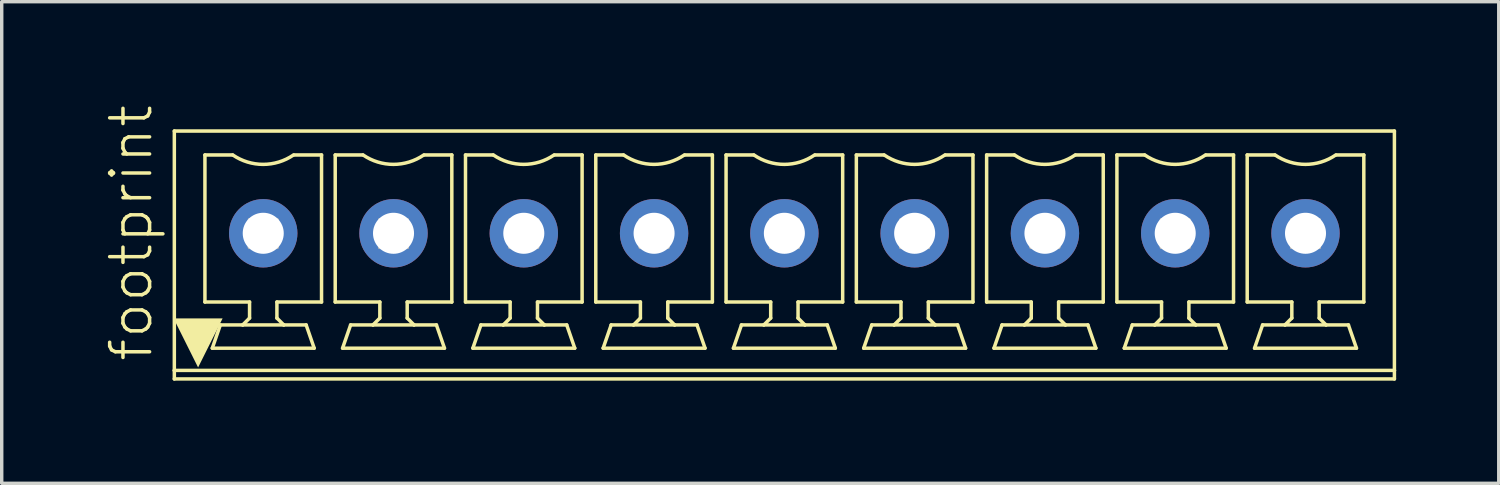
<source format=kicad_pcb>
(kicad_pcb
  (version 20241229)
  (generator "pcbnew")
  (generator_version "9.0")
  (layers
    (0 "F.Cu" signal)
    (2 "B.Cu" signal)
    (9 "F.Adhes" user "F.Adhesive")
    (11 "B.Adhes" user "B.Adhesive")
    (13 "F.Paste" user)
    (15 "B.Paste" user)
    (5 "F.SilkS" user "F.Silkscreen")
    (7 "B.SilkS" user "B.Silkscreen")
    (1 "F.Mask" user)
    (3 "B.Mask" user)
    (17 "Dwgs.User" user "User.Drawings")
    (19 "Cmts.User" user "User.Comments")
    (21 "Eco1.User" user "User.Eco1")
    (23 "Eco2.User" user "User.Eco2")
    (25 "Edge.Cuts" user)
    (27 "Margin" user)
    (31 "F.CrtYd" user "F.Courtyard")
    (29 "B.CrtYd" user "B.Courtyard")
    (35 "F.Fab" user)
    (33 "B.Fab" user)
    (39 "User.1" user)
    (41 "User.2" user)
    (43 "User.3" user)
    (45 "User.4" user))
  (footprint "footprint"
    (layer "F.Cu")
    (at 19.888 4.407)
    (property "Reference" "footprint" (at -18.415 3.175 90) (layer "F.SilkS") (effects (font (size 1.168 1.168) (thickness 0.102)) (justify left bottom)))
    (fp_line (start -17.84 3.375) (end -17.84 -3.625) (stroke (width 0.102) (type solid)) (layer "F.SilkS"))
    (fp_line (start -17.84 3.375) (end 17.84 3.375) (stroke (width 0.102) (type solid)) (layer "F.SilkS"))
    (fp_line (start -17.84 3.625) (end -17.84 3.375) (stroke (width 0.102) (type solid)) (layer "F.SilkS"))
    (fp_line (start -17.84 3.625) (end 17.84 3.625) (stroke (width 0.102) (type solid)) (layer "F.SilkS"))
    (fp_line (start -16.945 -2.925) (end -16.14 -2.925) (stroke (width 0.102) (type solid)) (layer "F.SilkS"))
    (fp_line (start -16.945 1.375) (end -16.945 -2.925) (stroke (width 0.102) (type solid)) (layer "F.SilkS"))
    (fp_line (start -16.73 2.725) (end -16.495 2.045) (stroke (width 0.102) (type solid)) (layer "F.SilkS"))
    (fp_line (start -16.495 2.045) (end -15.84 2.045) (stroke (width 0.102) (type solid)) (layer "F.SilkS"))
    (fp_line (start -15.84 2.045) (end -15.64 1.845) (stroke (width 0.102) (type solid)) (layer "F.SilkS"))
    (fp_line (start -15.84 2.045) (end -14.64 2.045) (stroke (width 0.102) (type solid)) (layer "F.SilkS"))
    (fp_line (start -15.64 1.375) (end -16.945 1.375) (stroke (width 0.102) (type solid)) (layer "F.SilkS"))
    (fp_line (start -15.64 1.845) (end -15.64 1.375) (stroke (width 0.102) (type solid)) (layer "F.SilkS"))
    (fp_line (start -14.84 1.375) (end -14.84 1.845) (stroke (width 0.102) (type solid)) (layer "F.SilkS"))
    (fp_line (start -14.84 1.845) (end -14.64 2.045) (stroke (width 0.102) (type solid)) (layer "F.SilkS"))
    (fp_line (start -14.64 2.045) (end -13.985 2.045) (stroke (width 0.102) (type solid)) (layer "F.SilkS"))
    (fp_line (start -14.34 -2.925) (end -13.535 -2.925) (stroke (width 0.102) (type solid)) (layer "F.SilkS"))
    (fp_line (start -13.985 2.045) (end -13.75 2.725) (stroke (width 0.102) (type solid)) (layer "F.SilkS"))
    (fp_line (start -13.75 2.725) (end -16.73 2.725) (stroke (width 0.102) (type solid)) (layer "F.SilkS"))
    (fp_line (start -13.535 1.375) (end -14.84 1.375) (stroke (width 0.102) (type solid)) (layer "F.SilkS"))
    (fp_line (start -13.535 1.375) (end -13.535 -2.925) (stroke (width 0.102) (type solid)) (layer "F.SilkS"))
    (fp_line (start -13.135 -2.925) (end -12.33 -2.925) (stroke (width 0.102) (type solid)) (layer "F.SilkS"))
    (fp_line (start -13.135 1.375) (end -13.135 -2.925) (stroke (width 0.102) (type solid)) (layer "F.SilkS"))
    (fp_line (start -12.92 2.725) (end -9.94 2.725) (stroke (width 0.102) (type solid)) (layer "F.SilkS"))
    (fp_line (start -12.685 2.045) (end -12.92 2.725) (stroke (width 0.102) (type solid)) (layer "F.SilkS"))
    (fp_line (start -12.03 2.045) (end -12.685 2.045) (stroke (width 0.102) (type solid)) (layer "F.SilkS"))
    (fp_line (start -12.03 2.045) (end -11.83 1.845) (stroke (width 0.102) (type solid)) (layer "F.SilkS"))
    (fp_line (start -12.03 2.045) (end -10.83 2.045) (stroke (width 0.102) (type solid)) (layer "F.SilkS"))
    (fp_line (start -11.83 1.375) (end -13.135 1.375) (stroke (width 0.102) (type solid)) (layer "F.SilkS"))
    (fp_line (start -11.83 1.375) (end -11.83 1.845) (stroke (width 0.102) (type solid)) (layer "F.SilkS"))
    (fp_line (start -11.03 1.375) (end -11.03 1.845) (stroke (width 0.102) (type solid)) (layer "F.SilkS"))
    (fp_line (start -11.03 1.845) (end -10.83 2.045) (stroke (width 0.102) (type solid)) (layer "F.SilkS"))
    (fp_line (start -10.83 2.045) (end -10.175 2.045) (stroke (width 0.102) (type solid)) (layer "F.SilkS"))
    (fp_line (start -10.53 -2.925) (end -9.725 -2.925) (stroke (width 0.102) (type solid)) (layer "F.SilkS"))
    (fp_line (start -10.175 2.045) (end -9.94 2.725) (stroke (width 0.102) (type solid)) (layer "F.SilkS"))
    (fp_line (start -9.725 1.375) (end -11.03 1.375) (stroke (width 0.102) (type solid)) (layer "F.SilkS"))
    (fp_line (start -9.725 1.375) (end -9.725 -2.925) (stroke (width 0.102) (type solid)) (layer "F.SilkS"))
    (fp_line (start -9.325 -2.925) (end -8.52 -2.925) (stroke (width 0.102) (type solid)) (layer "F.SilkS"))
    (fp_line (start -9.325 1.375) (end -9.325 -2.925) (stroke (width 0.102) (type solid)) (layer "F.SilkS"))
    (fp_line (start -9.11 2.725) (end -8.875 2.045) (stroke (width 0.102) (type solid)) (layer "F.SilkS"))
    (fp_line (start -8.22 2.045) (end -8.875 2.045) (stroke (width 0.102) (type solid)) (layer "F.SilkS"))
    (fp_line (start -8.22 2.045) (end -8.02 1.845) (stroke (width 0.102) (type solid)) (layer "F.SilkS"))
    (fp_line (start -8.22 2.045) (end -7.02 2.045) (stroke (width 0.102) (type solid)) (layer "F.SilkS"))
    (fp_line (start -8.02 1.375) (end -9.325 1.375) (stroke (width 0.102) (type solid)) (layer "F.SilkS"))
    (fp_line (start -8.02 1.375) (end -8.02 1.845) (stroke (width 0.102) (type solid)) (layer "F.SilkS"))
    (fp_line (start -7.22 1.375) (end -7.22 1.845) (stroke (width 0.102) (type solid)) (layer "F.SilkS"))
    (fp_line (start -7.22 1.845) (end -7.02 2.045) (stroke (width 0.102) (type solid)) (layer "F.SilkS"))
    (fp_line (start -6.72 -2.925) (end -5.915 -2.925) (stroke (width 0.102) (type solid)) (layer "F.SilkS"))
    (fp_line (start -6.365 2.045) (end -7.02 2.045) (stroke (width 0.102) (type solid)) (layer "F.SilkS"))
    (fp_line (start -6.13 2.725) (end -9.11 2.725) (stroke (width 0.102) (type solid)) (layer "F.SilkS"))
    (fp_line (start -6.13 2.725) (end -6.365 2.045) (stroke (width 0.102) (type solid)) (layer "F.SilkS"))
    (fp_line (start -5.915 1.375) (end -7.22 1.375) (stroke (width 0.102) (type solid)) (layer "F.SilkS"))
    (fp_line (start -5.915 1.375) (end -5.915 -2.925) (stroke (width 0.102) (type solid)) (layer "F.SilkS"))
    (fp_line (start -5.515 -2.925) (end -4.71 -2.925) (stroke (width 0.102) (type solid)) (layer "F.SilkS"))
    (fp_line (start -5.515 1.375) (end -5.515 -2.925) (stroke (width 0.102) (type solid)) (layer "F.SilkS"))
    (fp_line (start -5.3 2.725) (end -5.065 2.045) (stroke (width 0.102) (type solid)) (layer "F.SilkS"))
    (fp_line (start -5.065 2.045) (end -4.41 2.045) (stroke (width 0.102) (type solid)) (layer "F.SilkS"))
    (fp_line (start -4.41 2.045) (end -4.21 1.845) (stroke (width 0.102) (type solid)) (layer "F.SilkS"))
    (fp_line (start -4.41 2.045) (end -3.21 2.045) (stroke (width 0.102) (type solid)) (layer "F.SilkS"))
    (fp_line (start -4.21 1.375) (end -5.515 1.375) (stroke (width 0.102) (type solid)) (layer "F.SilkS"))
    (fp_line (start -4.21 1.375) (end -4.21 1.845) (stroke (width 0.102) (type solid)) (layer "F.SilkS"))
    (fp_line (start -3.41 1.375) (end -3.41 1.845) (stroke (width 0.102) (type solid)) (layer "F.SilkS"))
    (fp_line (start -3.41 1.845) (end -3.21 2.045) (stroke (width 0.102) (type solid)) (layer "F.SilkS"))
    (fp_line (start -3.21 2.045) (end -2.555 2.045) (stroke (width 0.102) (type solid)) (layer "F.SilkS"))
    (fp_line (start -2.91 -2.925) (end -2.105 -2.925) (stroke (width 0.102) (type solid)) (layer "F.SilkS"))
    (fp_line (start -2.32 2.725) (end -5.3 2.725) (stroke (width 0.102) (type solid)) (layer "F.SilkS"))
    (fp_line (start -2.32 2.725) (end -2.555 2.045) (stroke (width 0.102) (type solid)) (layer "F.SilkS"))
    (fp_line (start -2.105 1.375) (end -3.41 1.375) (stroke (width 0.102) (type solid)) (layer "F.SilkS"))
    (fp_line (start -2.105 1.375) (end -2.105 -2.925) (stroke (width 0.102) (type solid)) (layer "F.SilkS"))
    (fp_line (start -1.705 -2.925) (end -0.9 -2.925) (stroke (width 0.102) (type solid)) (layer "F.SilkS"))
    (fp_line (start -1.705 1.375) (end -1.705 -2.925) (stroke (width 0.102) (type solid)) (layer "F.SilkS"))
    (fp_line (start -1.49 2.725) (end -1.255 2.045) (stroke (width 0.102) (type solid)) (layer "F.SilkS"))
    (fp_line (start -1.49 2.725) (end 1.49 2.725) (stroke (width 0.102) (type solid)) (layer "F.SilkS"))
    (fp_line (start -1.255 2.045) (end -0.6 2.045) (stroke (width 0.102) (type solid)) (layer "F.SilkS"))
    (fp_line (start -0.6 2.045) (end -0.4 1.845) (stroke (width 0.102) (type solid)) (layer "F.SilkS"))
    (fp_line (start -0.6 2.045) (end 0.6 2.045) (stroke (width 0.102) (type solid)) (layer "F.SilkS"))
    (fp_line (start -0.4 1.375) (end -1.705 1.375) (stroke (width 0.102) (type solid)) (layer "F.SilkS"))
    (fp_line (start -0.4 1.375) (end -0.4 1.845) (stroke (width 0.102) (type solid)) (layer "F.SilkS"))
    (fp_line (start 0.4 1.375) (end 0.4 1.845) (stroke (width 0.102) (type solid)) (layer "F.SilkS"))
    (fp_line (start 0.4 1.845) (end 0.6 2.045) (stroke (width 0.102) (type solid)) (layer "F.SilkS"))
    (fp_line (start 0.6 2.045) (end 1.255 2.045) (stroke (width 0.102) (type solid)) (layer "F.SilkS"))
    (fp_line (start 0.9 -2.925) (end 1.705 -2.925) (stroke (width 0.102) (type solid)) (layer "F.SilkS"))
    (fp_line (start 1.49 2.725) (end 1.255 2.045) (stroke (width 0.102) (type solid)) (layer "F.SilkS"))
    (fp_line (start 1.705 1.375) (end 0.4 1.375) (stroke (width 0.102) (type solid)) (layer "F.SilkS"))
    (fp_line (start 1.705 1.375) (end 1.705 -2.925) (stroke (width 0.102) (type solid)) (layer "F.SilkS"))
    (fp_line (start 2.105 -2.925) (end 2.91 -2.925) (stroke (width 0.102) (type solid)) (layer "F.SilkS"))
    (fp_line (start 2.105 1.375) (end 2.105 -2.925) (stroke (width 0.102) (type solid)) (layer "F.SilkS"))
    (fp_line (start 2.32 2.725) (end 2.555 2.045) (stroke (width 0.102) (type solid)) (layer "F.SilkS"))
    (fp_line (start 2.32 2.725) (end 5.3 2.725) (stroke (width 0.102) (type solid)) (layer "F.SilkS"))
    (fp_line (start 3.21 2.045) (end 2.555 2.045) (stroke (width 0.102) (type solid)) (layer "F.SilkS"))
    (fp_line (start 3.21 2.045) (end 3.41 1.845) (stroke (width 0.102) (type solid)) (layer "F.SilkS"))
    (fp_line (start 3.21 2.045) (end 4.41 2.045) (stroke (width 0.102) (type solid)) (layer "F.SilkS"))
    (fp_line (start 3.41 1.375) (end 2.105 1.375) (stroke (width 0.102) (type solid)) (layer "F.SilkS"))
    (fp_line (start 3.41 1.375) (end 3.41 1.845) (stroke (width 0.102) (type solid)) (layer "F.SilkS"))
    (fp_line (start 4.21 1.375) (end 4.21 1.845) (stroke (width 0.102) (type solid)) (layer "F.SilkS"))
    (fp_line (start 4.21 1.845) (end 4.41 2.045) (stroke (width 0.102) (type solid)) (layer "F.SilkS"))
    (fp_line (start 4.71 -2.925) (end 5.515 -2.925) (stroke (width 0.102) (type solid)) (layer "F.SilkS"))
    (fp_line (start 5.065 2.045) (end 4.41 2.045) (stroke (width 0.102) (type solid)) (layer "F.SilkS"))
    (fp_line (start 5.3 2.725) (end 5.065 2.045) (stroke (width 0.102) (type solid)) (layer "F.SilkS"))
    (fp_line (start 5.515 1.375) (end 4.21 1.375) (stroke (width 0.102) (type solid)) (layer "F.SilkS"))
    (fp_line (start 5.515 1.375) (end 5.515 -2.925) (stroke (width 0.102) (type solid)) (layer "F.SilkS"))
    (fp_line (start 5.915 -2.925) (end 6.72 -2.925) (stroke (width 0.102) (type solid)) (layer "F.SilkS"))
    (fp_line (start 5.915 1.375) (end 5.915 -2.925) (stroke (width 0.102) (type solid)) (layer "F.SilkS"))
    (fp_line (start 6.13 2.725) (end 6.365 2.045) (stroke (width 0.102) (type solid)) (layer "F.SilkS"))
    (fp_line (start 6.13 2.725) (end 9.11 2.725) (stroke (width 0.102) (type solid)) (layer "F.SilkS"))
    (fp_line (start 6.365 2.045) (end 7.02 2.045) (stroke (width 0.102) (type solid)) (layer "F.SilkS"))
    (fp_line (start 7.02 2.045) (end 7.22 1.845) (stroke (width 0.102) (type solid)) (layer "F.SilkS"))
    (fp_line (start 7.02 2.045) (end 8.22 2.045) (stroke (width 0.102) (type solid)) (layer "F.SilkS"))
    (fp_line (start 7.22 1.375) (end 5.915 1.375) (stroke (width 0.102) (type solid)) (layer "F.SilkS"))
    (fp_line (start 7.22 1.375) (end 7.22 1.845) (stroke (width 0.102) (type solid)) (layer "F.SilkS"))
    (fp_line (start 8.02 1.375) (end 8.02 1.845) (stroke (width 0.102) (type solid)) (layer "F.SilkS"))
    (fp_line (start 8.02 1.845) (end 8.22 2.045) (stroke (width 0.102) (type solid)) (layer "F.SilkS"))
    (fp_line (start 8.22 2.045) (end 8.875 2.045) (stroke (width 0.102) (type solid)) (layer "F.SilkS"))
    (fp_line (start 8.52 -2.925) (end 9.325 -2.925) (stroke (width 0.102) (type solid)) (layer "F.SilkS"))
    (fp_line (start 9.11 2.725) (end 8.875 2.045) (stroke (width 0.102) (type solid)) (layer "F.SilkS"))
    (fp_line (start 9.325 1.375) (end 8.02 1.375) (stroke (width 0.102) (type solid)) (layer "F.SilkS"))
    (fp_line (start 9.325 1.375) (end 9.325 -2.925) (stroke (width 0.102) (type solid)) (layer "F.SilkS"))
    (fp_line (start 9.725 -2.925) (end 10.53 -2.925) (stroke (width 0.102) (type solid)) (layer "F.SilkS"))
    (fp_line (start 9.725 1.375) (end 9.725 -2.925) (stroke (width 0.102) (type solid)) (layer "F.SilkS"))
    (fp_line (start 9.94 2.725) (end 10.175 2.045) (stroke (width 0.102) (type solid)) (layer "F.SilkS"))
    (fp_line (start 9.94 2.725) (end 12.92 2.725) (stroke (width 0.102) (type solid)) (layer "F.SilkS"))
    (fp_line (start 10.83 2.045) (end 10.175 2.045) (stroke (width 0.102) (type solid)) (layer "F.SilkS"))
    (fp_line (start 10.83 2.045) (end 11.03 1.845) (stroke (width 0.102) (type solid)) (layer "F.SilkS"))
    (fp_line (start 10.83 2.045) (end 12.03 2.045) (stroke (width 0.102) (type solid)) (layer "F.SilkS"))
    (fp_line (start 11.03 1.375) (end 9.725 1.375) (stroke (width 0.102) (type solid)) (layer "F.SilkS"))
    (fp_line (start 11.03 1.375) (end 11.03 1.845) (stroke (width 0.102) (type solid)) (layer "F.SilkS"))
    (fp_line (start 11.83 1.375) (end 11.83 1.845) (stroke (width 0.102) (type solid)) (layer "F.SilkS"))
    (fp_line (start 11.83 1.845) (end 12.03 2.045) (stroke (width 0.102) (type solid)) (layer "F.SilkS"))
    (fp_line (start 12.33 -2.925) (end 13.135 -2.925) (stroke (width 0.102) (type solid)) (layer "F.SilkS"))
    (fp_line (start 12.685 2.045) (end 12.03 2.045) (stroke (width 0.102) (type solid)) (layer "F.SilkS"))
    (fp_line (start 12.92 2.725) (end 12.685 2.045) (stroke (width 0.102) (type solid)) (layer "F.SilkS"))
    (fp_line (start 13.135 1.375) (end 11.83 1.375) (stroke (width 0.102) (type solid)) (layer "F.SilkS"))
    (fp_line (start 13.135 1.375) (end 13.135 -2.925) (stroke (width 0.102) (type solid)) (layer "F.SilkS"))
    (fp_line (start 13.535 -2.925) (end 14.34 -2.925) (stroke (width 0.102) (type solid)) (layer "F.SilkS"))
    (fp_line (start 13.535 1.375) (end 13.535 -2.925) (stroke (width 0.102) (type solid)) (layer "F.SilkS"))
    (fp_line (start 13.75 2.725) (end 13.985 2.045) (stroke (width 0.102) (type solid)) (layer "F.SilkS"))
    (fp_line (start 13.75 2.725) (end 16.73 2.725) (stroke (width 0.102) (type solid)) (layer "F.SilkS"))
    (fp_line (start 13.985 2.045) (end 14.64 2.045) (stroke (width 0.102) (type solid)) (layer "F.SilkS"))
    (fp_line (start 14.64 2.045) (end 14.84 1.845) (stroke (width 0.102) (type solid)) (layer "F.SilkS"))
    (fp_line (start 14.64 2.045) (end 15.84 2.045) (stroke (width 0.102) (type solid)) (layer "F.SilkS"))
    (fp_line (start 14.84 1.375) (end 13.535 1.375) (stroke (width 0.102) (type solid)) (layer "F.SilkS"))
    (fp_line (start 14.84 1.375) (end 14.84 1.845) (stroke (width 0.102) (type solid)) (layer "F.SilkS"))
    (fp_line (start 15.64 1.375) (end 15.64 1.845) (stroke (width 0.102) (type solid)) (layer "F.SilkS"))
    (fp_line (start 15.64 1.845) (end 15.84 2.045) (stroke (width 0.102) (type solid)) (layer "F.SilkS"))
    (fp_line (start 15.84 2.045) (end 16.495 2.045) (stroke (width 0.102) (type solid)) (layer "F.SilkS"))
    (fp_line (start 16.14 -2.925) (end 16.945 -2.925) (stroke (width 0.102) (type solid)) (layer "F.SilkS"))
    (fp_line (start 16.73 2.725) (end 16.495 2.045) (stroke (width 0.102) (type solid)) (layer "F.SilkS"))
    (fp_line (start 16.945 1.375) (end 15.64 1.375) (stroke (width 0.102) (type solid)) (layer "F.SilkS"))
    (fp_line (start 16.945 1.375) (end 16.945 -2.925) (stroke (width 0.102) (type solid)) (layer "F.SilkS"))
    (fp_line (start 17.84 -3.625) (end -17.84 -3.625) (stroke (width 0.102) (type solid)) (layer "F.SilkS"))
    (fp_line (start 17.84 3.375) (end 17.84 -3.625) (stroke (width 0.102) (type solid)) (layer "F.SilkS"))
    (fp_line (start 17.84 3.625) (end 17.84 3.375) (stroke (width 0.102) (type solid)) (layer "F.SilkS"))
    (fp_arc (start -14.355 -2.925) (mid -15.2425 -2.649947) (end -16.13 -2.925) (stroke (width 0.1016) (type solid)) (layer "F.SilkS"))
    (fp_arc (start -10.545 -2.925) (mid -11.4325 -2.649947) (end -12.32 -2.925) (stroke (width 0.1016) (type solid)) (layer "F.SilkS"))
    (fp_arc (start -6.735 -2.925) (mid -7.6225 -2.649947) (end -8.51 -2.925) (stroke (width 0.1016) (type solid)) (layer "F.SilkS"))
    (fp_arc (start -2.925 -2.925) (mid -3.8125 -2.649947) (end -4.7 -2.925) (stroke (width 0.1016) (type solid)) (layer "F.SilkS"))
    (fp_arc (start 0.885 -2.925) (mid -0.0025 -2.649947) (end -0.89 -2.925) (stroke (width 0.1016) (type solid)) (layer "F.SilkS"))
    (fp_arc (start 4.695 -2.925) (mid 3.8075 -2.649947) (end 2.92 -2.925) (stroke (width 0.1016) (type solid)) (layer "F.SilkS"))
    (fp_arc (start 8.505 -2.925) (mid 7.6175 -2.649947) (end 6.73 -2.925) (stroke (width 0.1016) (type solid)) (layer "F.SilkS"))
    (fp_arc (start 12.315 -2.925) (mid 11.4275 -2.649947) (end 10.54 -2.925) (stroke (width 0.1016) (type solid)) (layer "F.SilkS"))
    (fp_arc (start 16.125 -2.925) (mid 15.2375 -2.649947) (end 14.35 -2.925) (stroke (width 0.1016) (type solid)) (layer "F.SilkS"))
    (fp_poly (pts (xy -17.145 3.289) (xy -17.862 1.854) (xy -16.428 1.854)) (stroke (width 0) (type solid)) (fill yes) (layer "F.SilkS"))
    (fp_line (start -15.64 -1.025) (end -15.64 -0.225) (stroke (width 0.102) (type solid)) (layer "F.Fab"))
    (fp_line (start -15.64 -1.025) (end -15.372 -0.757) (stroke (width 0.102) (type solid)) (layer "F.Fab"))
    (fp_line (start -15.64 -1.025) (end -14.84 -1.025) (stroke (width 0.102) (type solid)) (layer "F.Fab"))
    (fp_line (start -15.372 -0.757) (end -15.372 -0.493) (stroke (width 0.102) (type solid)) (layer "F.Fab"))
    (fp_line (start -15.372 -0.493) (end -15.64 -0.225) (stroke (width 0.102) (type solid)) (layer "F.Fab"))
    (fp_line (start -15.372 -0.493) (end -15.108 -0.493) (stroke (width 0.102) (type solid)) (layer "F.Fab"))
    (fp_line (start -15.108 -0.757) (end -15.372 -0.757) (stroke (width 0.102) (type solid)) (layer "F.Fab"))
    (fp_line (start -15.108 -0.493) (end -15.108 -0.757) (stroke (width 0.102) (type solid)) (layer "F.Fab"))
    (fp_line (start -15.108 -0.493) (end -14.84 -0.225) (stroke (width 0.102) (type solid)) (layer "F.Fab"))
    (fp_line (start -14.84 -1.025) (end -15.108 -0.757) (stroke (width 0.102) (type solid)) (layer "F.Fab"))
    (fp_line (start -14.84 -1.025) (end -14.84 -0.225) (stroke (width 0.102) (type solid)) (layer "F.Fab"))
    (fp_line (start -14.84 -0.225) (end -15.64 -0.225) (stroke (width 0.102) (type solid)) (layer "F.Fab"))
    (fp_line (start -11.83 -0.225) (end -11.83 -1.025) (stroke (width 0.102) (type solid)) (layer "F.Fab"))
    (fp_line (start -11.562 -0.757) (end -11.83 -1.025) (stroke (width 0.102) (type solid)) (layer "F.Fab"))
    (fp_line (start -11.562 -0.757) (end -11.562 -0.493) (stroke (width 0.102) (type solid)) (layer "F.Fab"))
    (fp_line (start -11.562 -0.493) (end -11.83 -0.225) (stroke (width 0.102) (type solid)) (layer "F.Fab"))
    (fp_line (start -11.562 -0.493) (end -11.298 -0.493) (stroke (width 0.102) (type solid)) (layer "F.Fab"))
    (fp_line (start -11.298 -0.757) (end -11.562 -0.757) (stroke (width 0.102) (type solid)) (layer "F.Fab"))
    (fp_line (start -11.298 -0.493) (end -11.298 -0.757) (stroke (width 0.102) (type solid)) (layer "F.Fab"))
    (fp_line (start -11.298 -0.493) (end -11.03 -0.225) (stroke (width 0.102) (type solid)) (layer "F.Fab"))
    (fp_line (start -11.03 -1.025) (end -11.83 -1.025) (stroke (width 0.102) (type solid)) (layer "F.Fab"))
    (fp_line (start -11.03 -1.025) (end -11.298 -0.757) (stroke (width 0.102) (type solid)) (layer "F.Fab"))
    (fp_line (start -11.03 -1.025) (end -11.03 -0.225) (stroke (width 0.102) (type solid)) (layer "F.Fab"))
    (fp_line (start -11.03 -0.225) (end -11.83 -0.225) (stroke (width 0.102) (type solid)) (layer "F.Fab"))
    (fp_line (start -8.02 -1.025) (end -7.752 -0.757) (stroke (width 0.102) (type solid)) (layer "F.Fab"))
    (fp_line (start -8.02 -1.025) (end -7.22 -1.025) (stroke (width 0.102) (type solid)) (layer "F.Fab"))
    (fp_line (start -8.02 -0.225) (end -8.02 -1.025) (stroke (width 0.102) (type solid)) (layer "F.Fab"))
    (fp_line (start -7.752 -0.757) (end -7.752 -0.493) (stroke (width 0.102) (type solid)) (layer "F.Fab"))
    (fp_line (start -7.752 -0.493) (end -8.02 -0.225) (stroke (width 0.102) (type solid)) (layer "F.Fab"))
    (fp_line (start -7.752 -0.493) (end -7.488 -0.493) (stroke (width 0.102) (type solid)) (layer "F.Fab"))
    (fp_line (start -7.488 -0.757) (end -7.752 -0.757) (stroke (width 0.102) (type solid)) (layer "F.Fab"))
    (fp_line (start -7.488 -0.493) (end -7.488 -0.757) (stroke (width 0.102) (type solid)) (layer "F.Fab"))
    (fp_line (start -7.488 -0.493) (end -7.22 -0.225) (stroke (width 0.102) (type solid)) (layer "F.Fab"))
    (fp_line (start -7.22 -1.025) (end -7.488 -0.757) (stroke (width 0.102) (type solid)) (layer "F.Fab"))
    (fp_line (start -7.22 -1.025) (end -7.22 -0.225) (stroke (width 0.102) (type solid)) (layer "F.Fab"))
    (fp_line (start -7.22 -0.225) (end -8.02 -0.225) (stroke (width 0.102) (type solid)) (layer "F.Fab"))
    (fp_line (start -4.21 -1.025) (end -3.942 -0.757) (stroke (width 0.102) (type solid)) (layer "F.Fab"))
    (fp_line (start -4.21 -1.025) (end -3.41 -1.025) (stroke (width 0.102) (type solid)) (layer "F.Fab"))
    (fp_line (start -4.21 -0.225) (end -4.21 -1.025) (stroke (width 0.102) (type solid)) (layer "F.Fab"))
    (fp_line (start -3.942 -0.757) (end -3.942 -0.493) (stroke (width 0.102) (type solid)) (layer "F.Fab"))
    (fp_line (start -3.942 -0.493) (end -4.21 -0.225) (stroke (width 0.102) (type solid)) (layer "F.Fab"))
    (fp_line (start -3.942 -0.493) (end -3.678 -0.493) (stroke (width 0.102) (type solid)) (layer "F.Fab"))
    (fp_line (start -3.678 -0.757) (end -3.942 -0.757) (stroke (width 0.102) (type solid)) (layer "F.Fab"))
    (fp_line (start -3.678 -0.493) (end -3.678 -0.757) (stroke (width 0.102) (type solid)) (layer "F.Fab"))
    (fp_line (start -3.678 -0.493) (end -3.41 -0.225) (stroke (width 0.102) (type solid)) (layer "F.Fab"))
    (fp_line (start -3.41 -1.025) (end -3.678 -0.757) (stroke (width 0.102) (type solid)) (layer "F.Fab"))
    (fp_line (start -3.41 -1.025) (end -3.41 -0.225) (stroke (width 0.102) (type solid)) (layer "F.Fab"))
    (fp_line (start -3.41 -0.225) (end -4.21 -0.225) (stroke (width 0.102) (type solid)) (layer "F.Fab"))
    (fp_line (start -0.4 -1.025) (end 0.4 -1.025) (stroke (width 0.102) (type solid)) (layer "F.Fab"))
    (fp_line (start -0.4 -0.225) (end -0.4 -1.025) (stroke (width 0.102) (type solid)) (layer "F.Fab"))
    (fp_line (start -0.132 -0.757) (end -0.4 -1.025) (stroke (width 0.102) (type solid)) (layer "F.Fab"))
    (fp_line (start -0.132 -0.757) (end -0.132 -0.493) (stroke (width 0.102) (type solid)) (layer "F.Fab"))
    (fp_line (start -0.132 -0.493) (end -0.4 -0.225) (stroke (width 0.102) (type solid)) (layer "F.Fab"))
    (fp_line (start -0.132 -0.493) (end 0.132 -0.493) (stroke (width 0.102) (type solid)) (layer "F.Fab"))
    (fp_line (start 0.132 -0.757) (end -0.132 -0.757) (stroke (width 0.102) (type solid)) (layer "F.Fab"))
    (fp_line (start 0.132 -0.493) (end 0.132 -0.757) (stroke (width 0.102) (type solid)) (layer "F.Fab"))
    (fp_line (start 0.132 -0.493) (end 0.4 -0.225) (stroke (width 0.102) (type solid)) (layer "F.Fab"))
    (fp_line (start 0.4 -1.025) (end 0.132 -0.757) (stroke (width 0.102) (type solid)) (layer "F.Fab"))
    (fp_line (start 0.4 -1.025) (end 0.4 -0.225) (stroke (width 0.102) (type solid)) (layer "F.Fab"))
    (fp_line (start 0.4 -0.225) (end -0.4 -0.225) (stroke (width 0.102) (type solid)) (layer "F.Fab"))
    (fp_line (start 3.41 -1.025) (end 3.678 -0.757) (stroke (width 0.102) (type solid)) (layer "F.Fab"))
    (fp_line (start 3.41 -1.025) (end 4.21 -1.025) (stroke (width 0.102) (type solid)) (layer "F.Fab"))
    (fp_line (start 3.41 -0.225) (end 3.41 -1.025) (stroke (width 0.102) (type solid)) (layer "F.Fab"))
    (fp_line (start 3.678 -0.757) (end 3.678 -0.493) (stroke (width 0.102) (type solid)) (layer "F.Fab"))
    (fp_line (start 3.678 -0.493) (end 3.41 -0.225) (stroke (width 0.102) (type solid)) (layer "F.Fab"))
    (fp_line (start 3.678 -0.493) (end 3.942 -0.493) (stroke (width 0.102) (type solid)) (layer "F.Fab"))
    (fp_line (start 3.942 -0.757) (end 3.678 -0.757) (stroke (width 0.102) (type solid)) (layer "F.Fab"))
    (fp_line (start 3.942 -0.493) (end 3.942 -0.757) (stroke (width 0.102) (type solid)) (layer "F.Fab"))
    (fp_line (start 3.942 -0.493) (end 4.21 -0.225) (stroke (width 0.102) (type solid)) (layer "F.Fab"))
    (fp_line (start 4.21 -1.025) (end 3.942 -0.757) (stroke (width 0.102) (type solid)) (layer "F.Fab"))
    (fp_line (start 4.21 -1.025) (end 4.21 -0.225) (stroke (width 0.102) (type solid)) (layer "F.Fab"))
    (fp_line (start 4.21 -0.225) (end 3.41 -0.225) (stroke (width 0.102) (type solid)) (layer "F.Fab"))
    (fp_line (start 7.22 -1.025) (end 7.488 -0.757) (stroke (width 0.102) (type solid)) (layer "F.Fab"))
    (fp_line (start 7.22 -1.025) (end 8.02 -1.025) (stroke (width 0.102) (type solid)) (layer "F.Fab"))
    (fp_line (start 7.22 -0.225) (end 7.22 -1.025) (stroke (width 0.102) (type solid)) (layer "F.Fab"))
    (fp_line (start 7.488 -0.757) (end 7.488 -0.493) (stroke (width 0.102) (type solid)) (layer "F.Fab"))
    (fp_line (start 7.488 -0.493) (end 7.22 -0.225) (stroke (width 0.102) (type solid)) (layer "F.Fab"))
    (fp_line (start 7.488 -0.493) (end 7.752 -0.493) (stroke (width 0.102) (type solid)) (layer "F.Fab"))
    (fp_line (start 7.752 -0.757) (end 7.488 -0.757) (stroke (width 0.102) (type solid)) (layer "F.Fab"))
    (fp_line (start 7.752 -0.757) (end 8.02 -1.025) (stroke (width 0.102) (type solid)) (layer "F.Fab"))
    (fp_line (start 7.752 -0.493) (end 7.752 -0.757) (stroke (width 0.102) (type solid)) (layer "F.Fab"))
    (fp_line (start 7.752 -0.493) (end 8.02 -0.225) (stroke (width 0.102) (type solid)) (layer "F.Fab"))
    (fp_line (start 8.02 -1.025) (end 8.02 -0.225) (stroke (width 0.102) (type solid)) (layer "F.Fab"))
    (fp_line (start 8.02 -0.225) (end 7.22 -0.225) (stroke (width 0.102) (type solid)) (layer "F.Fab"))
    (fp_line (start 11.03 -1.025) (end 11.298 -0.757) (stroke (width 0.102) (type solid)) (layer "F.Fab"))
    (fp_line (start 11.03 -1.025) (end 11.83 -1.025) (stroke (width 0.102) (type solid)) (layer "F.Fab"))
    (fp_line (start 11.03 -0.225) (end 11.03 -1.025) (stroke (width 0.102) (type solid)) (layer "F.Fab"))
    (fp_line (start 11.03 -0.225) (end 11.83 -0.225) (stroke (width 0.102) (type solid)) (layer "F.Fab"))
    (fp_line (start 11.298 -0.757) (end 11.298 -0.493) (stroke (width 0.102) (type solid)) (layer "F.Fab"))
    (fp_line (start 11.298 -0.493) (end 11.03 -0.225) (stroke (width 0.102) (type solid)) (layer "F.Fab"))
    (fp_line (start 11.298 -0.493) (end 11.562 -0.493) (stroke (width 0.102) (type solid)) (layer "F.Fab"))
    (fp_line (start 11.562 -0.757) (end 11.298 -0.757) (stroke (width 0.102) (type solid)) (layer "F.Fab"))
    (fp_line (start 11.562 -0.757) (end 11.83 -1.025) (stroke (width 0.102) (type solid)) (layer "F.Fab"))
    (fp_line (start 11.562 -0.493) (end 11.562 -0.757) (stroke (width 0.102) (type solid)) (layer "F.Fab"))
    (fp_line (start 11.83 -0.225) (end 11.562 -0.493) (stroke (width 0.102) (type solid)) (layer "F.Fab"))
    (fp_line (start 11.83 -0.225) (end 11.83 -1.025) (stroke (width 0.102) (type solid)) (layer "F.Fab"))
    (fp_line (start 14.84 -1.025) (end 15.108 -0.757) (stroke (width 0.102) (type solid)) (layer "F.Fab"))
    (fp_line (start 14.84 -1.025) (end 15.64 -1.025) (stroke (width 0.102) (type solid)) (layer "F.Fab"))
    (fp_line (start 14.84 -0.225) (end 14.84 -1.025) (stroke (width 0.102) (type solid)) (layer "F.Fab"))
    (fp_line (start 15.108 -0.757) (end 15.108 -0.493) (stroke (width 0.102) (type solid)) (layer "F.Fab"))
    (fp_line (start 15.108 -0.493) (end 14.84 -0.225) (stroke (width 0.102) (type solid)) (layer "F.Fab"))
    (fp_line (start 15.108 -0.493) (end 15.372 -0.493) (stroke (width 0.102) (type solid)) (layer "F.Fab"))
    (fp_line (start 15.372 -0.757) (end 15.108 -0.757) (stroke (width 0.102) (type solid)) (layer "F.Fab"))
    (fp_line (start 15.372 -0.493) (end 15.372 -0.757) (stroke (width 0.102) (type solid)) (layer "F.Fab"))
    (fp_line (start 15.372 -0.493) (end 15.64 -0.225) (stroke (width 0.102) (type solid)) (layer "F.Fab"))
    (fp_line (start 15.64 -1.025) (end 15.372 -0.757) (stroke (width 0.102) (type solid)) (layer "F.Fab"))
    (fp_line (start 15.64 -1.025) (end 15.64 -0.225) (stroke (width 0.102) (type solid)) (layer "F.Fab"))
    (fp_line (start 15.64 -0.225) (end 14.84 -0.225) (stroke (width 0.102) (type solid)) (layer "F.Fab"))
    (pad "1" thru_hole circle (at -15.24 -0.635) (size 2 2) (drill 1.2) (layers "*.Cu" "*.Mask"))
    (pad "2" thru_hole circle (at -11.43 -0.635) (size 2 2) (drill 1.2) (layers "*.Cu" "*.Mask"))
    (pad "3" thru_hole circle (at -7.62 -0.635) (size 2 2) (drill 1.2) (layers "*.Cu" "*.Mask"))
    (pad "4" thru_hole circle (at -3.81 -0.635) (size 2 2) (drill 1.2) (layers "*.Cu" "*.Mask"))
    (pad "5" thru_hole circle (at 0 -0.635) (size 2 2) (drill 1.2) (layers "*.Cu" "*.Mask"))
    (pad "6" thru_hole circle (at 3.81 -0.635) (size 2 2) (drill 1.2) (layers "*.Cu" "*.Mask"))
    (pad "7" thru_hole circle (at 7.62 -0.635) (size 2 2) (drill 1.2) (layers "*.Cu" "*.Mask"))
    (pad "8" thru_hole circle (at 11.43 -0.635) (size 2 2) (drill 1.2) (layers "*.Cu" "*.Mask"))
    (pad "9" thru_hole circle (at 15.24 -0.635) (size 2 2) (drill 1.2) (layers "*.Cu" "*.Mask")))
  (gr_rect
    (start -3 -3)
    (end 40.779 11.083)
    (stroke (width 0.1) (type default))
    (fill no)
    (layer "Edge.Cuts")))
</source>
